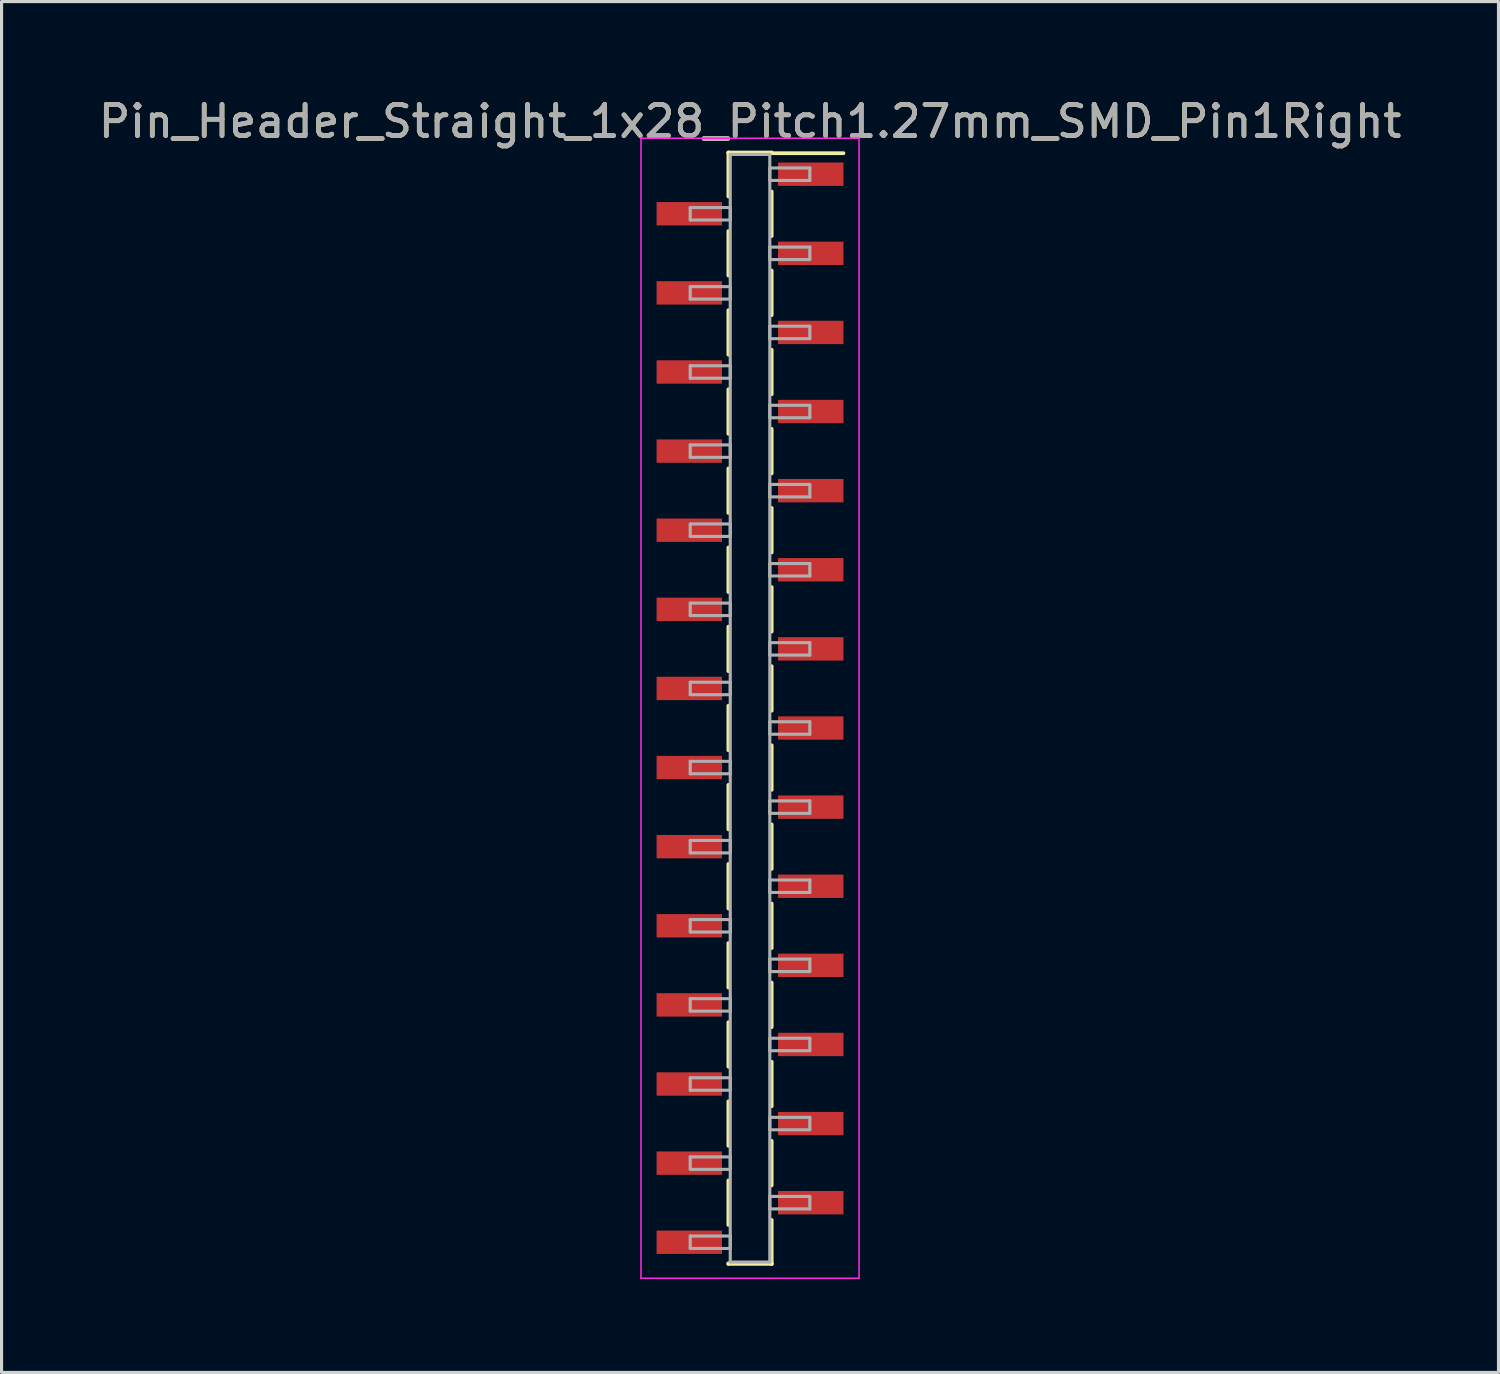
<source format=kicad_pcb>
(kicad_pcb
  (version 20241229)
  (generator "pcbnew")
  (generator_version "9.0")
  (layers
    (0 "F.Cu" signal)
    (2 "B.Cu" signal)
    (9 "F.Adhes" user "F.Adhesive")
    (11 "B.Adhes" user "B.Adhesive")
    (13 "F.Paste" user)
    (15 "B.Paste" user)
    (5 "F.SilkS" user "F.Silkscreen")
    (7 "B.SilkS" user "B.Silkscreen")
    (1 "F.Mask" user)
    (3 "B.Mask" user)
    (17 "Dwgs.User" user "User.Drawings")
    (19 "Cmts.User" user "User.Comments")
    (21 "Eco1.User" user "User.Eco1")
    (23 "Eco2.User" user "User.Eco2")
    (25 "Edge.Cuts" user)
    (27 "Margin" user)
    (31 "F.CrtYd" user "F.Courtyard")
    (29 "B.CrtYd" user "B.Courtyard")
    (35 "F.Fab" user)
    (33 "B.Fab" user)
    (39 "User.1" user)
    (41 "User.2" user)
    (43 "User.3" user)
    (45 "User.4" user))
  (footprint "Pin_Header_Straight_1x28_Pitch1.27mm_SMD_Pin1Right"
    (layer "F.Cu")
    (at 21.03 19.688)
    (property "Reference" "Pin_Header_Straight_1x28_Pitch1.27mm_SMD_Pin1Right" (at 0 -18.84 0) (layer "F.SilkS") (effects (font (size 1 1) (thickness 0.15))))
    (attr smd)
    (fp_line (start -0.695 -17.84) (end -0.695 -16.43) (stroke (width 0.12) (type solid)) (layer "F.SilkS"))
    (fp_line (start -0.695 -17.84) (end 0.695 -17.84) (stroke (width 0.12) (type solid)) (layer "F.SilkS"))
    (fp_line (start -0.695 -17.82) (end -0.695 -17.84) (stroke (width 0.12) (type solid)) (layer "F.SilkS"))
    (fp_line (start -0.695 -15.32) (end -0.695 -13.89) (stroke (width 0.12) (type solid)) (layer "F.SilkS"))
    (fp_line (start -0.695 -12.78) (end -0.695 -11.35) (stroke (width 0.12) (type solid)) (layer "F.SilkS"))
    (fp_line (start -0.695 -10.24) (end -0.695 -8.81) (stroke (width 0.12) (type solid)) (layer "F.SilkS"))
    (fp_line (start -0.695 -7.7) (end -0.695 -6.27) (stroke (width 0.12) (type solid)) (layer "F.SilkS"))
    (fp_line (start -0.695 -5.16) (end -0.695 -3.73) (stroke (width 0.12) (type solid)) (layer "F.SilkS"))
    (fp_line (start -0.695 -2.62) (end -0.695 -1.19) (stroke (width 0.12) (type solid)) (layer "F.SilkS"))
    (fp_line (start -0.695 -0.08) (end -0.695 1.35) (stroke (width 0.12) (type solid)) (layer "F.SilkS"))
    (fp_line (start -0.695 2.46) (end -0.695 3.89) (stroke (width 0.12) (type solid)) (layer "F.SilkS"))
    (fp_line (start -0.695 5) (end -0.695 6.43) (stroke (width 0.12) (type solid)) (layer "F.SilkS"))
    (fp_line (start -0.695 7.54) (end -0.695 8.97) (stroke (width 0.12) (type solid)) (layer "F.SilkS"))
    (fp_line (start -0.695 10.08) (end -0.695 11.51) (stroke (width 0.12) (type solid)) (layer "F.SilkS"))
    (fp_line (start -0.695 12.62) (end -0.695 14.05) (stroke (width 0.12) (type solid)) (layer "F.SilkS"))
    (fp_line (start -0.695 15.16) (end -0.695 16.59) (stroke (width 0.12) (type solid)) (layer "F.SilkS"))
    (fp_line (start -0.695 17.82) (end -0.695 17.84) (stroke (width 0.12) (type solid)) (layer "F.SilkS"))
    (fp_line (start -0.695 17.84) (end 0.695 17.84) (stroke (width 0.12) (type solid)) (layer "F.SilkS"))
    (fp_line (start 0.695 -17.84) (end 0.695 -17.82) (stroke (width 0.12) (type solid)) (layer "F.SilkS"))
    (fp_line (start 0.695 -17.82) (end 3 -17.82) (stroke (width 0.12) (type solid)) (layer "F.SilkS"))
    (fp_line (start 0.695 -16.59) (end 0.695 -15.16) (stroke (width 0.12) (type solid)) (layer "F.SilkS"))
    (fp_line (start 0.695 -14.05) (end 0.695 -12.62) (stroke (width 0.12) (type solid)) (layer "F.SilkS"))
    (fp_line (start 0.695 -11.51) (end 0.695 -10.08) (stroke (width 0.12) (type solid)) (layer "F.SilkS"))
    (fp_line (start 0.695 -8.97) (end 0.695 -7.54) (stroke (width 0.12) (type solid)) (layer "F.SilkS"))
    (fp_line (start 0.695 -6.43) (end 0.695 -5) (stroke (width 0.12) (type solid)) (layer "F.SilkS"))
    (fp_line (start 0.695 -3.89) (end 0.695 -2.46) (stroke (width 0.12) (type solid)) (layer "F.SilkS"))
    (fp_line (start 0.695 -1.35) (end 0.695 0.08) (stroke (width 0.12) (type solid)) (layer "F.SilkS"))
    (fp_line (start 0.695 1.19) (end 0.695 2.62) (stroke (width 0.12) (type solid)) (layer "F.SilkS"))
    (fp_line (start 0.695 3.73) (end 0.695 5.16) (stroke (width 0.12) (type solid)) (layer "F.SilkS"))
    (fp_line (start 0.695 6.27) (end 0.695 7.7) (stroke (width 0.12) (type solid)) (layer "F.SilkS"))
    (fp_line (start 0.695 8.81) (end 0.695 10.24) (stroke (width 0.12) (type solid)) (layer "F.SilkS"))
    (fp_line (start 0.695 11.35) (end 0.695 12.78) (stroke (width 0.12) (type solid)) (layer "F.SilkS"))
    (fp_line (start 0.695 13.89) (end 0.695 15.32) (stroke (width 0.12) (type solid)) (layer "F.SilkS"))
    (fp_line (start 0.695 16.43) (end 0.695 17.84) (stroke (width 0.12) (type solid)) (layer "F.SilkS"))
    (fp_line (start 0.695 17.84) (end 0.695 17.82) (stroke (width 0.12) (type solid)) (layer "F.SilkS"))
    (fp_line (start -3.5 -18.3) (end -3.5 18.3) (stroke (width 0.05) (type solid)) (layer "F.CrtYd"))
    (fp_line (start -3.5 18.3) (end 3.5 18.3) (stroke (width 0.05) (type solid)) (layer "F.CrtYd"))
    (fp_line (start 3.5 -18.3) (end -3.5 -18.3) (stroke (width 0.05) (type solid)) (layer "F.CrtYd"))
    (fp_line (start 3.5 18.3) (end 3.5 -18.3) (stroke (width 0.05) (type solid)) (layer "F.CrtYd"))
    (fp_line (start -1.92 -16.075) (end -0.635 -16.075) (stroke (width 0.1) (type solid)) (layer "F.Fab"))
    (fp_line (start -1.92 -15.675) (end -1.92 -16.075) (stroke (width 0.1) (type solid)) (layer "F.Fab"))
    (fp_line (start -1.92 -13.535) (end -0.635 -13.535) (stroke (width 0.1) (type solid)) (layer "F.Fab"))
    (fp_line (start -1.92 -13.135) (end -1.92 -13.535) (stroke (width 0.1) (type solid)) (layer "F.Fab"))
    (fp_line (start -1.92 -10.995) (end -0.635 -10.995) (stroke (width 0.1) (type solid)) (layer "F.Fab"))
    (fp_line (start -1.92 -10.595) (end -1.92 -10.995) (stroke (width 0.1) (type solid)) (layer "F.Fab"))
    (fp_line (start -1.92 -8.455) (end -0.635 -8.455) (stroke (width 0.1) (type solid)) (layer "F.Fab"))
    (fp_line (start -1.92 -8.055) (end -1.92 -8.455) (stroke (width 0.1) (type solid)) (layer "F.Fab"))
    (fp_line (start -1.92 -5.915) (end -0.635 -5.915) (stroke (width 0.1) (type solid)) (layer "F.Fab"))
    (fp_line (start -1.92 -5.515) (end -1.92 -5.915) (stroke (width 0.1) (type solid)) (layer "F.Fab"))
    (fp_line (start -1.92 -3.375) (end -0.635 -3.375) (stroke (width 0.1) (type solid)) (layer "F.Fab"))
    (fp_line (start -1.92 -2.975) (end -1.92 -3.375) (stroke (width 0.1) (type solid)) (layer "F.Fab"))
    (fp_line (start -1.92 -0.835) (end -0.635 -0.835) (stroke (width 0.1) (type solid)) (layer "F.Fab"))
    (fp_line (start -1.92 -0.435) (end -1.92 -0.835) (stroke (width 0.1) (type solid)) (layer "F.Fab"))
    (fp_line (start -1.92 1.705) (end -0.635 1.705) (stroke (width 0.1) (type solid)) (layer "F.Fab"))
    (fp_line (start -1.92 2.105) (end -1.92 1.705) (stroke (width 0.1) (type solid)) (layer "F.Fab"))
    (fp_line (start -1.92 4.245) (end -0.635 4.245) (stroke (width 0.1) (type solid)) (layer "F.Fab"))
    (fp_line (start -1.92 4.645) (end -1.92 4.245) (stroke (width 0.1) (type solid)) (layer "F.Fab"))
    (fp_line (start -1.92 6.785) (end -0.635 6.785) (stroke (width 0.1) (type solid)) (layer "F.Fab"))
    (fp_line (start -1.92 7.185) (end -1.92 6.785) (stroke (width 0.1) (type solid)) (layer "F.Fab"))
    (fp_line (start -1.92 9.325) (end -0.635 9.325) (stroke (width 0.1) (type solid)) (layer "F.Fab"))
    (fp_line (start -1.92 9.725) (end -1.92 9.325) (stroke (width 0.1) (type solid)) (layer "F.Fab"))
    (fp_line (start -1.92 11.865) (end -0.635 11.865) (stroke (width 0.1) (type solid)) (layer "F.Fab"))
    (fp_line (start -1.92 12.265) (end -1.92 11.865) (stroke (width 0.1) (type solid)) (layer "F.Fab"))
    (fp_line (start -1.92 14.405) (end -0.635 14.405) (stroke (width 0.1) (type solid)) (layer "F.Fab"))
    (fp_line (start -1.92 14.805) (end -1.92 14.405) (stroke (width 0.1) (type solid)) (layer "F.Fab"))
    (fp_line (start -1.92 16.945) (end -0.635 16.945) (stroke (width 0.1) (type solid)) (layer "F.Fab"))
    (fp_line (start -1.92 17.345) (end -1.92 16.945) (stroke (width 0.1) (type solid)) (layer "F.Fab"))
    (fp_line (start -0.635 -17.78) (end -0.635 17.78) (stroke (width 0.1) (type solid)) (layer "F.Fab"))
    (fp_line (start -0.635 -16.075) (end -0.635 -15.675) (stroke (width 0.1) (type solid)) (layer "F.Fab"))
    (fp_line (start -0.635 -15.675) (end -1.92 -15.675) (stroke (width 0.1) (type solid)) (layer "F.Fab"))
    (fp_line (start -0.635 -13.535) (end -0.635 -13.135) (stroke (width 0.1) (type solid)) (layer "F.Fab"))
    (fp_line (start -0.635 -13.135) (end -1.92 -13.135) (stroke (width 0.1) (type solid)) (layer "F.Fab"))
    (fp_line (start -0.635 -10.995) (end -0.635 -10.595) (stroke (width 0.1) (type solid)) (layer "F.Fab"))
    (fp_line (start -0.635 -10.595) (end -1.92 -10.595) (stroke (width 0.1) (type solid)) (layer "F.Fab"))
    (fp_line (start -0.635 -8.455) (end -0.635 -8.055) (stroke (width 0.1) (type solid)) (layer "F.Fab"))
    (fp_line (start -0.635 -8.055) (end -1.92 -8.055) (stroke (width 0.1) (type solid)) (layer "F.Fab"))
    (fp_line (start -0.635 -5.915) (end -0.635 -5.515) (stroke (width 0.1) (type solid)) (layer "F.Fab"))
    (fp_line (start -0.635 -5.515) (end -1.92 -5.515) (stroke (width 0.1) (type solid)) (layer "F.Fab"))
    (fp_line (start -0.635 -3.375) (end -0.635 -2.975) (stroke (width 0.1) (type solid)) (layer "F.Fab"))
    (fp_line (start -0.635 -2.975) (end -1.92 -2.975) (stroke (width 0.1) (type solid)) (layer "F.Fab"))
    (fp_line (start -0.635 -0.835) (end -0.635 -0.435) (stroke (width 0.1) (type solid)) (layer "F.Fab"))
    (fp_line (start -0.635 -0.435) (end -1.92 -0.435) (stroke (width 0.1) (type solid)) (layer "F.Fab"))
    (fp_line (start -0.635 1.705) (end -0.635 2.105) (stroke (width 0.1) (type solid)) (layer "F.Fab"))
    (fp_line (start -0.635 2.105) (end -1.92 2.105) (stroke (width 0.1) (type solid)) (layer "F.Fab"))
    (fp_line (start -0.635 4.245) (end -0.635 4.645) (stroke (width 0.1) (type solid)) (layer "F.Fab"))
    (fp_line (start -0.635 4.645) (end -1.92 4.645) (stroke (width 0.1) (type solid)) (layer "F.Fab"))
    (fp_line (start -0.635 6.785) (end -0.635 7.185) (stroke (width 0.1) (type solid)) (layer "F.Fab"))
    (fp_line (start -0.635 7.185) (end -1.92 7.185) (stroke (width 0.1) (type solid)) (layer "F.Fab"))
    (fp_line (start -0.635 9.325) (end -0.635 9.725) (stroke (width 0.1) (type solid)) (layer "F.Fab"))
    (fp_line (start -0.635 9.725) (end -1.92 9.725) (stroke (width 0.1) (type solid)) (layer "F.Fab"))
    (fp_line (start -0.635 11.865) (end -0.635 12.265) (stroke (width 0.1) (type solid)) (layer "F.Fab"))
    (fp_line (start -0.635 12.265) (end -1.92 12.265) (stroke (width 0.1) (type solid)) (layer "F.Fab"))
    (fp_line (start -0.635 14.405) (end -0.635 14.805) (stroke (width 0.1) (type solid)) (layer "F.Fab"))
    (fp_line (start -0.635 14.805) (end -1.92 14.805) (stroke (width 0.1) (type solid)) (layer "F.Fab"))
    (fp_line (start -0.635 16.945) (end -0.635 17.345) (stroke (width 0.1) (type solid)) (layer "F.Fab"))
    (fp_line (start -0.635 17.345) (end -1.92 17.345) (stroke (width 0.1) (type solid)) (layer "F.Fab"))
    (fp_line (start -0.635 17.78) (end 0.635 17.78) (stroke (width 0.1) (type solid)) (layer "F.Fab"))
    (fp_line (start 0.635 -17.78) (end -0.635 -17.78) (stroke (width 0.1) (type solid)) (layer "F.Fab"))
    (fp_line (start 0.635 -17.345) (end 0.635 -16.945) (stroke (width 0.1) (type solid)) (layer "F.Fab"))
    (fp_line (start 0.635 -16.945) (end 1.92 -16.945) (stroke (width 0.1) (type solid)) (layer "F.Fab"))
    (fp_line (start 0.635 -14.805) (end 0.635 -14.405) (stroke (width 0.1) (type solid)) (layer "F.Fab"))
    (fp_line (start 0.635 -14.405) (end 1.92 -14.405) (stroke (width 0.1) (type solid)) (layer "F.Fab"))
    (fp_line (start 0.635 -12.265) (end 0.635 -11.865) (stroke (width 0.1) (type solid)) (layer "F.Fab"))
    (fp_line (start 0.635 -11.865) (end 1.92 -11.865) (stroke (width 0.1) (type solid)) (layer "F.Fab"))
    (fp_line (start 0.635 -9.725) (end 0.635 -9.325) (stroke (width 0.1) (type solid)) (layer "F.Fab"))
    (fp_line (start 0.635 -9.325) (end 1.92 -9.325) (stroke (width 0.1) (type solid)) (layer "F.Fab"))
    (fp_line (start 0.635 -7.185) (end 0.635 -6.785) (stroke (width 0.1) (type solid)) (layer "F.Fab"))
    (fp_line (start 0.635 -6.785) (end 1.92 -6.785) (stroke (width 0.1) (type solid)) (layer "F.Fab"))
    (fp_line (start 0.635 -4.645) (end 0.635 -4.245) (stroke (width 0.1) (type solid)) (layer "F.Fab"))
    (fp_line (start 0.635 -4.245) (end 1.92 -4.245) (stroke (width 0.1) (type solid)) (layer "F.Fab"))
    (fp_line (start 0.635 -2.105) (end 0.635 -1.705) (stroke (width 0.1) (type solid)) (layer "F.Fab"))
    (fp_line (start 0.635 -1.705) (end 1.92 -1.705) (stroke (width 0.1) (type solid)) (layer "F.Fab"))
    (fp_line (start 0.635 0.435) (end 0.635 0.835) (stroke (width 0.1) (type solid)) (layer "F.Fab"))
    (fp_line (start 0.635 0.835) (end 1.92 0.835) (stroke (width 0.1) (type solid)) (layer "F.Fab"))
    (fp_line (start 0.635 2.975) (end 0.635 3.375) (stroke (width 0.1) (type solid)) (layer "F.Fab"))
    (fp_line (start 0.635 3.375) (end 1.92 3.375) (stroke (width 0.1) (type solid)) (layer "F.Fab"))
    (fp_line (start 0.635 5.515) (end 0.635 5.915) (stroke (width 0.1) (type solid)) (layer "F.Fab"))
    (fp_line (start 0.635 5.915) (end 1.92 5.915) (stroke (width 0.1) (type solid)) (layer "F.Fab"))
    (fp_line (start 0.635 8.055) (end 0.635 8.455) (stroke (width 0.1) (type solid)) (layer "F.Fab"))
    (fp_line (start 0.635 8.455) (end 1.92 8.455) (stroke (width 0.1) (type solid)) (layer "F.Fab"))
    (fp_line (start 0.635 10.595) (end 0.635 10.995) (stroke (width 0.1) (type solid)) (layer "F.Fab"))
    (fp_line (start 0.635 10.995) (end 1.92 10.995) (stroke (width 0.1) (type solid)) (layer "F.Fab"))
    (fp_line (start 0.635 13.135) (end 0.635 13.535) (stroke (width 0.1) (type solid)) (layer "F.Fab"))
    (fp_line (start 0.635 13.535) (end 1.92 13.535) (stroke (width 0.1) (type solid)) (layer "F.Fab"))
    (fp_line (start 0.635 15.675) (end 0.635 16.075) (stroke (width 0.1) (type solid)) (layer "F.Fab"))
    (fp_line (start 0.635 16.075) (end 1.92 16.075) (stroke (width 0.1) (type solid)) (layer "F.Fab"))
    (fp_line (start 0.635 17.78) (end 0.635 -17.78) (stroke (width 0.1) (type solid)) (layer "F.Fab"))
    (fp_line (start 1.92 -17.345) (end 0.635 -17.345) (stroke (width 0.1) (type solid)) (layer "F.Fab"))
    (fp_line (start 1.92 -16.945) (end 1.92 -17.345) (stroke (width 0.1) (type solid)) (layer "F.Fab"))
    (fp_line (start 1.92 -14.805) (end 0.635 -14.805) (stroke (width 0.1) (type solid)) (layer "F.Fab"))
    (fp_line (start 1.92 -14.405) (end 1.92 -14.805) (stroke (width 0.1) (type solid)) (layer "F.Fab"))
    (fp_line (start 1.92 -12.265) (end 0.635 -12.265) (stroke (width 0.1) (type solid)) (layer "F.Fab"))
    (fp_line (start 1.92 -11.865) (end 1.92 -12.265) (stroke (width 0.1) (type solid)) (layer "F.Fab"))
    (fp_line (start 1.92 -9.725) (end 0.635 -9.725) (stroke (width 0.1) (type solid)) (layer "F.Fab"))
    (fp_line (start 1.92 -9.325) (end 1.92 -9.725) (stroke (width 0.1) (type solid)) (layer "F.Fab"))
    (fp_line (start 1.92 -7.185) (end 0.635 -7.185) (stroke (width 0.1) (type solid)) (layer "F.Fab"))
    (fp_line (start 1.92 -6.785) (end 1.92 -7.185) (stroke (width 0.1) (type solid)) (layer "F.Fab"))
    (fp_line (start 1.92 -4.645) (end 0.635 -4.645) (stroke (width 0.1) (type solid)) (layer "F.Fab"))
    (fp_line (start 1.92 -4.245) (end 1.92 -4.645) (stroke (width 0.1) (type solid)) (layer "F.Fab"))
    (fp_line (start 1.92 -2.105) (end 0.635 -2.105) (stroke (width 0.1) (type solid)) (layer "F.Fab"))
    (fp_line (start 1.92 -1.705) (end 1.92 -2.105) (stroke (width 0.1) (type solid)) (layer "F.Fab"))
    (fp_line (start 1.92 0.435) (end 0.635 0.435) (stroke (width 0.1) (type solid)) (layer "F.Fab"))
    (fp_line (start 1.92 0.835) (end 1.92 0.435) (stroke (width 0.1) (type solid)) (layer "F.Fab"))
    (fp_line (start 1.92 2.975) (end 0.635 2.975) (stroke (width 0.1) (type solid)) (layer "F.Fab"))
    (fp_line (start 1.92 3.375) (end 1.92 2.975) (stroke (width 0.1) (type solid)) (layer "F.Fab"))
    (fp_line (start 1.92 5.515) (end 0.635 5.515) (stroke (width 0.1) (type solid)) (layer "F.Fab"))
    (fp_line (start 1.92 5.915) (end 1.92 5.515) (stroke (width 0.1) (type solid)) (layer "F.Fab"))
    (fp_line (start 1.92 8.055) (end 0.635 8.055) (stroke (width 0.1) (type solid)) (layer "F.Fab"))
    (fp_line (start 1.92 8.455) (end 1.92 8.055) (stroke (width 0.1) (type solid)) (layer "F.Fab"))
    (fp_line (start 1.92 10.595) (end 0.635 10.595) (stroke (width 0.1) (type solid)) (layer "F.Fab"))
    (fp_line (start 1.92 10.995) (end 1.92 10.595) (stroke (width 0.1) (type solid)) (layer "F.Fab"))
    (fp_line (start 1.92 13.135) (end 0.635 13.135) (stroke (width 0.1) (type solid)) (layer "F.Fab"))
    (fp_line (start 1.92 13.535) (end 1.92 13.135) (stroke (width 0.1) (type solid)) (layer "F.Fab"))
    (fp_line (start 1.92 15.675) (end 0.635 15.675) (stroke (width 0.1) (type solid)) (layer "F.Fab"))
    (fp_line (start 1.92 16.075) (end 1.92 15.675) (stroke (width 0.1) (type solid)) (layer "F.Fab"))
    (fp_text user "${REFERENCE}" (at 0 -18.84 0) (layer "F.Fab") (effects (font (size 1 1) (thickness 0.15))))
    (pad "1" smd rect (at 1.95 -17.145) (size 2.1 0.75) (layers "F.Cu" "F.Mask" "F.Paste"))
    (pad "2" smd rect (at -1.95 -15.875) (size 2.1 0.75) (layers "F.Cu" "F.Mask" "F.Paste"))
    (pad "3" smd rect (at 1.95 -14.605) (size 2.1 0.75) (layers "F.Cu" "F.Mask" "F.Paste"))
    (pad "4" smd rect (at -1.95 -13.335) (size 2.1 0.75) (layers "F.Cu" "F.Mask" "F.Paste"))
    (pad "5" smd rect (at 1.95 -12.065) (size 2.1 0.75) (layers "F.Cu" "F.Mask" "F.Paste"))
    (pad "6" smd rect (at -1.95 -10.795) (size 2.1 0.75) (layers "F.Cu" "F.Mask" "F.Paste"))
    (pad "7" smd rect (at 1.95 -9.525) (size 2.1 0.75) (layers "F.Cu" "F.Mask" "F.Paste"))
    (pad "8" smd rect (at -1.95 -8.255) (size 2.1 0.75) (layers "F.Cu" "F.Mask" "F.Paste"))
    (pad "9" smd rect (at 1.95 -6.985) (size 2.1 0.75) (layers "F.Cu" "F.Mask" "F.Paste"))
    (pad "10" smd rect (at -1.95 -5.715) (size 2.1 0.75) (layers "F.Cu" "F.Mask" "F.Paste"))
    (pad "11" smd rect (at 1.95 -4.445) (size 2.1 0.75) (layers "F.Cu" "F.Mask" "F.Paste"))
    (pad "12" smd rect (at -1.95 -3.175) (size 2.1 0.75) (layers "F.Cu" "F.Mask" "F.Paste"))
    (pad "13" smd rect (at 1.95 -1.905) (size 2.1 0.75) (layers "F.Cu" "F.Mask" "F.Paste"))
    (pad "14" smd rect (at -1.95 -0.635) (size 2.1 0.75) (layers "F.Cu" "F.Mask" "F.Paste"))
    (pad "15" smd rect (at 1.95 0.635) (size 2.1 0.75) (layers "F.Cu" "F.Mask" "F.Paste"))
    (pad "16" smd rect (at -1.95 1.905) (size 2.1 0.75) (layers "F.Cu" "F.Mask" "F.Paste"))
    (pad "17" smd rect (at 1.95 3.175) (size 2.1 0.75) (layers "F.Cu" "F.Mask" "F.Paste"))
    (pad "18" smd rect (at -1.95 4.445) (size 2.1 0.75) (layers "F.Cu" "F.Mask" "F.Paste"))
    (pad "19" smd rect (at 1.95 5.715) (size 2.1 0.75) (layers "F.Cu" "F.Mask" "F.Paste"))
    (pad "20" smd rect (at -1.95 6.985) (size 2.1 0.75) (layers "F.Cu" "F.Mask" "F.Paste"))
    (pad "21" smd rect (at 1.95 8.255) (size 2.1 0.75) (layers "F.Cu" "F.Mask" "F.Paste"))
    (pad "22" smd rect (at -1.95 9.525) (size 2.1 0.75) (layers "F.Cu" "F.Mask" "F.Paste"))
    (pad "23" smd rect (at 1.95 10.795) (size 2.1 0.75) (layers "F.Cu" "F.Mask" "F.Paste"))
    (pad "24" smd rect (at -1.95 12.065) (size 2.1 0.75) (layers "F.Cu" "F.Mask" "F.Paste"))
    (pad "25" smd rect (at 1.95 13.335) (size 2.1 0.75) (layers "F.Cu" "F.Mask" "F.Paste"))
    (pad "26" smd rect (at -1.95 14.605) (size 2.1 0.75) (layers "F.Cu" "F.Mask" "F.Paste"))
    (pad "27" smd rect (at 1.95 15.875) (size 2.1 0.75) (layers "F.Cu" "F.Mask" "F.Paste"))
    (pad "28" smd rect (at -1.95 17.145) (size 2.1 0.75) (layers "F.Cu" "F.Mask" "F.Paste")))
  (gr_rect
    (start -3 -3)
    (end 45.06 41.013)
    (stroke (width 0.1) (type default))
    (fill no)
    (layer "Edge.Cuts")))
</source>
